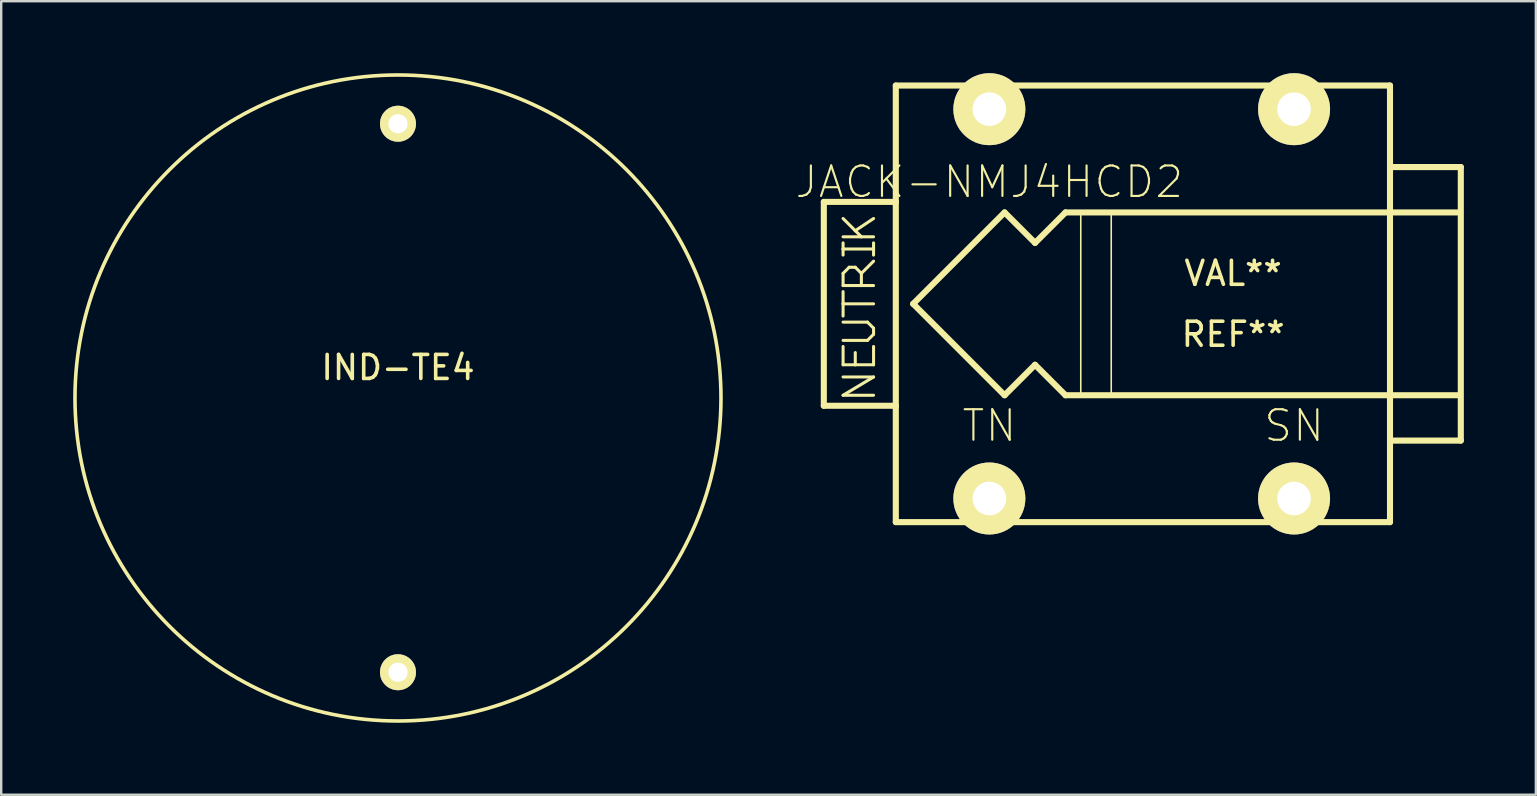
<source format=kicad_pcb>
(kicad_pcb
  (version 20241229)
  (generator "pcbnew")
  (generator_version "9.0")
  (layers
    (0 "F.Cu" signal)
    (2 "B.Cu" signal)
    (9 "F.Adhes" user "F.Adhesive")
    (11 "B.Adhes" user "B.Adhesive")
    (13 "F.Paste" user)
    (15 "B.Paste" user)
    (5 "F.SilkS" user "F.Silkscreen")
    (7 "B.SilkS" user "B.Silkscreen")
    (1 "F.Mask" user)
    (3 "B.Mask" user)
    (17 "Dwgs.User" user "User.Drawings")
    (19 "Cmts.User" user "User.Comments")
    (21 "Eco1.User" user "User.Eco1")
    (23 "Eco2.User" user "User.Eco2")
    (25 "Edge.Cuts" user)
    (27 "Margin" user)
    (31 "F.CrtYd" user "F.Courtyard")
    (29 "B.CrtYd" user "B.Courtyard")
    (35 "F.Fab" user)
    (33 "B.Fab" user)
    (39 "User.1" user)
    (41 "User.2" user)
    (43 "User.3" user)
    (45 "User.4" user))
  (footprint "JACK-NMJ4HCD2"
    (layer "F.Cu")
    (at 44.534 9.613)
    (property "Reference" "JACK-NMJ4HCD2" (at -6.35 -5.08 0) (layer "F.SilkS") (effects (font (size 1.27 1.27) (thickness 0.089))))
    (attr exclude_from_pos_files exclude_from_bom)
    (fp_line (start -13.249 -4.249) (end -10.249 -4.249) (stroke (width 0.254) (type solid)) (layer "F.SilkS"))
    (fp_line (start -13.249 4.249) (end -13.249 -4.249) (stroke (width 0.254) (type solid)) (layer "F.SilkS"))
    (fp_line (start -12.446 -2.286) (end -12.446 -2.54) (stroke (width 0.127) (type solid)) (layer "F.SilkS"))
    (fp_line (start -12.446 -2.032) (end -12.446 -2.286) (stroke (width 0.127) (type solid)) (layer "F.SilkS"))
    (fp_line (start -12.446 -1.27) (end -12.192 -1.524) (stroke (width 0.127) (type solid)) (layer "F.SilkS"))
    (fp_line (start -12.446 -0.762) (end -12.446 -1.27) (stroke (width 0.127) (type solid)) (layer "F.SilkS"))
    (fp_line (start -12.446 0) (end -12.446 -0.508) (stroke (width 0.127) (type solid)) (layer "F.SilkS"))
    (fp_line (start -12.446 0.508) (end -12.446 0) (stroke (width 0.127) (type solid)) (layer "F.SilkS"))
    (fp_line (start -12.446 1.524) (end -11.43 1.524) (stroke (width 0.127) (type solid)) (layer "F.SilkS"))
    (fp_line (start -12.446 2.54) (end -12.446 1.778) (stroke (width 0.127) (type solid)) (layer "F.SilkS"))
    (fp_line (start -12.446 3.81) (end -11.176 3.048) (stroke (width 0.127) (type solid)) (layer "F.SilkS"))
    (fp_line (start -12.192 -1.524) (end -11.938 -1.524) (stroke (width 0.127) (type solid)) (layer "F.SilkS"))
    (fp_line (start -11.938 -3.048) (end -12.446 -3.556) (stroke (width 0.127) (type solid)) (layer "F.SilkS"))
    (fp_line (start -11.938 -3.048) (end -11.176 -3.556) (stroke (width 0.127) (type solid)) (layer "F.SilkS"))
    (fp_line (start -11.938 -1.524) (end -11.684 -1.27) (stroke (width 0.127) (type solid)) (layer "F.SilkS"))
    (fp_line (start -11.938 2.54) (end -12.446 2.54) (stroke (width 0.127) (type solid)) (layer "F.SilkS"))
    (fp_line (start -11.938 2.54) (end -11.938 2.032) (stroke (width 0.127) (type solid)) (layer "F.SilkS"))
    (fp_line (start -11.684 -2.794) (end -12.446 -2.794) (stroke (width 0.127) (type solid)) (layer "F.SilkS"))
    (fp_line (start -11.684 -2.794) (end -11.938 -3.048) (stroke (width 0.127) (type solid)) (layer "F.SilkS"))
    (fp_line (start -11.684 -1.27) (end -11.684 -0.762) (stroke (width 0.127) (type solid)) (layer "F.SilkS"))
    (fp_line (start -11.684 -1.27) (end -11.176 -1.778) (stroke (width 0.127) (type solid)) (layer "F.SilkS"))
    (fp_line (start -11.684 -0.762) (end -12.446 -0.762) (stroke (width 0.127) (type solid)) (layer "F.SilkS"))
    (fp_line (start -11.43 0.762) (end -12.446 0.762) (stroke (width 0.127) (type solid)) (layer "F.SilkS"))
    (fp_line (start -11.43 1.524) (end -11.176 1.27) (stroke (width 0.127) (type solid)) (layer "F.SilkS"))
    (fp_line (start -11.176 -2.794) (end -11.684 -2.794) (stroke (width 0.127) (type solid)) (layer "F.SilkS"))
    (fp_line (start -11.176 -2.286) (end -12.446 -2.286) (stroke (width 0.127) (type solid)) (layer "F.SilkS"))
    (fp_line (start -11.176 -2.286) (end -11.176 -2.54) (stroke (width 0.127) (type solid)) (layer "F.SilkS"))
    (fp_line (start -11.176 -2.032) (end -11.176 -2.286) (stroke (width 0.127) (type solid)) (layer "F.SilkS"))
    (fp_line (start -11.176 -0.762) (end -11.684 -0.762) (stroke (width 0.127) (type solid)) (layer "F.SilkS"))
    (fp_line (start -11.176 0) (end -12.446 0) (stroke (width 0.127) (type solid)) (layer "F.SilkS"))
    (fp_line (start -11.176 1.016) (end -11.43 0.762) (stroke (width 0.127) (type solid)) (layer "F.SilkS"))
    (fp_line (start -11.176 1.27) (end -11.176 1.016) (stroke (width 0.127) (type solid)) (layer "F.SilkS"))
    (fp_line (start -11.176 2.54) (end -11.938 2.54) (stroke (width 0.127) (type solid)) (layer "F.SilkS"))
    (fp_line (start -11.176 2.54) (end -11.176 1.778) (stroke (width 0.127) (type solid)) (layer "F.SilkS"))
    (fp_line (start -11.176 3.048) (end -12.446 3.048) (stroke (width 0.127) (type solid)) (layer "F.SilkS"))
    (fp_line (start -11.176 3.81) (end -12.446 3.81) (stroke (width 0.127) (type solid)) (layer "F.SilkS"))
    (fp_line (start -10.249 -9.098) (end -10.249 -4.249) (stroke (width 0.254) (type solid)) (layer "F.SilkS"))
    (fp_line (start -10.249 -4.249) (end -10.249 4.249) (stroke (width 0.254) (type solid)) (layer "F.SilkS"))
    (fp_line (start -10.249 4.249) (end -13.249 4.249) (stroke (width 0.254) (type solid)) (layer "F.SilkS"))
    (fp_line (start -10.249 4.249) (end -10.249 9.098) (stroke (width 0.254) (type solid)) (layer "F.SilkS"))
    (fp_line (start -10.249 9.098) (end 10.348 9.098) (stroke (width 0.254) (type solid)) (layer "F.SilkS"))
    (fp_line (start -9.525 0) (end -5.715 3.81) (stroke (width 0.254) (type solid)) (layer "F.SilkS"))
    (fp_line (start -5.715 -3.81) (end -9.525 0) (stroke (width 0.254) (type solid)) (layer "F.SilkS"))
    (fp_line (start -5.715 3.81) (end -4.445 2.54) (stroke (width 0.254) (type solid)) (layer "F.SilkS"))
    (fp_line (start -4.445 -2.54) (end -5.715 -3.81) (stroke (width 0.254) (type solid)) (layer "F.SilkS"))
    (fp_line (start -4.445 2.54) (end -3.175 3.81) (stroke (width 0.254) (type solid)) (layer "F.SilkS"))
    (fp_line (start -3.175 -3.81) (end -4.445 -2.54) (stroke (width 0.254) (type solid)) (layer "F.SilkS"))
    (fp_line (start -3.175 3.81) (end 13.208 3.81) (stroke (width 0.254) (type solid)) (layer "F.SilkS"))
    (fp_line (start -2.54 -3.81) (end -1.27 -3.81) (stroke (width 0.066) (type solid)) (layer "F.SilkS"))
    (fp_line (start -2.54 3.81) (end -2.54 -3.81) (stroke (width 0.066) (type solid)) (layer "F.SilkS"))
    (fp_line (start -2.54 3.81) (end -1.27 3.81) (stroke (width 0.066) (type solid)) (layer "F.SilkS"))
    (fp_line (start -1.27 3.81) (end -1.27 -3.81) (stroke (width 0.066) (type solid)) (layer "F.SilkS"))
    (fp_line (start 10.348 -9.098) (end -10.249 -9.098) (stroke (width 0.254) (type solid)) (layer "F.SilkS"))
    (fp_line (start 10.348 -5.7) (end 10.348 -9.098) (stroke (width 0.254) (type solid)) (layer "F.SilkS"))
    (fp_line (start 10.348 -5.7) (end 13.299 -5.7) (stroke (width 0.254) (type solid)) (layer "F.SilkS"))
    (fp_line (start 10.348 5.7) (end 10.348 -5.7) (stroke (width 0.254) (type solid)) (layer "F.SilkS"))
    (fp_line (start 10.348 9.098) (end 10.348 5.7) (stroke (width 0.254) (type solid)) (layer "F.SilkS"))
    (fp_line (start 13.208 -3.81) (end -3.175 -3.81) (stroke (width 0.254) (type solid)) (layer "F.SilkS"))
    (fp_line (start 13.299 -5.7) (end 13.299 5.7) (stroke (width 0.254) (type solid)) (layer "F.SilkS"))
    (fp_line (start 13.299 5.7) (end 10.348 5.7) (stroke (width 0.254) (type solid)) (layer "F.SilkS"))
    (fp_text user "SN" (at 6.35 5.08 0) (layer "F.SilkS") (effects (font (size 1.27 1.27) (thickness 0.089))))
    (fp_text user "VAL**" (at 3.81 -1.27 0) (layer "F.SilkS") (effects (font (size 1 1) (thickness 0.15))))
    (fp_text user "REF**" (at 3.81 1.27 0) (layer "F.SilkS") (effects (font (size 1 1) (thickness 0.15))))
    (fp_text user "TN" (at -6.35 5.08 0) (layer "F.SilkS") (effects (font (size 1.27 1.27) (thickness 0.089))))
    (pad "S" thru_hole circle (at 6.35 -8.113) (size 3 3) (drill 1.4) (layers "*.Cu" "*.Mask" "F.SilkS"))
    (pad "SN" thru_hole circle (at 6.35 8.113) (size 3 3) (drill 1.4) (layers "*.Cu" "*.Mask" "F.SilkS"))
    (pad "T" thru_hole circle (at -6.35 -8.113) (size 3 3) (drill 1.4) (layers "*.Cu" "*.Mask" "F.SilkS"))
    (pad "TN" thru_hole circle (at -6.35 8.113) (size 3 3) (drill 1.4) (layers "*.Cu" "*.Mask" "F.SilkS")))
  (footprint "IND-TE4"
    (layer "F.Cu")
    (at 13.537 13.537)
    (property "Reference" "IND-TE4" (at 0 -1.27 0) (layer "F.SilkS") (effects (font (size 1 1) (thickness 0.15))))
    (attr through_hole)
    (fp_circle (center 0 0) (end 0 -13.462) (stroke (width 0.15) (type solid)) (fill no) (layer "F.SilkS"))
    (pad "1" thru_hole circle (at 0 11.43) (size 1.5 1.5) (drill 0.8) (layers "*.Cu" "*.Mask" "F.SilkS"))
    (pad "2" thru_hole circle (at 0 -11.43) (size 1.5 1.5) (drill 0.8) (layers "*.Cu" "*.Mask" "F.SilkS")))
  (gr_rect
    (start -3 -3)
    (end 60.961 30.074)
    (stroke (width 0.1) (type default))
    (fill no)
    (layer "Edge.Cuts")))
</source>
